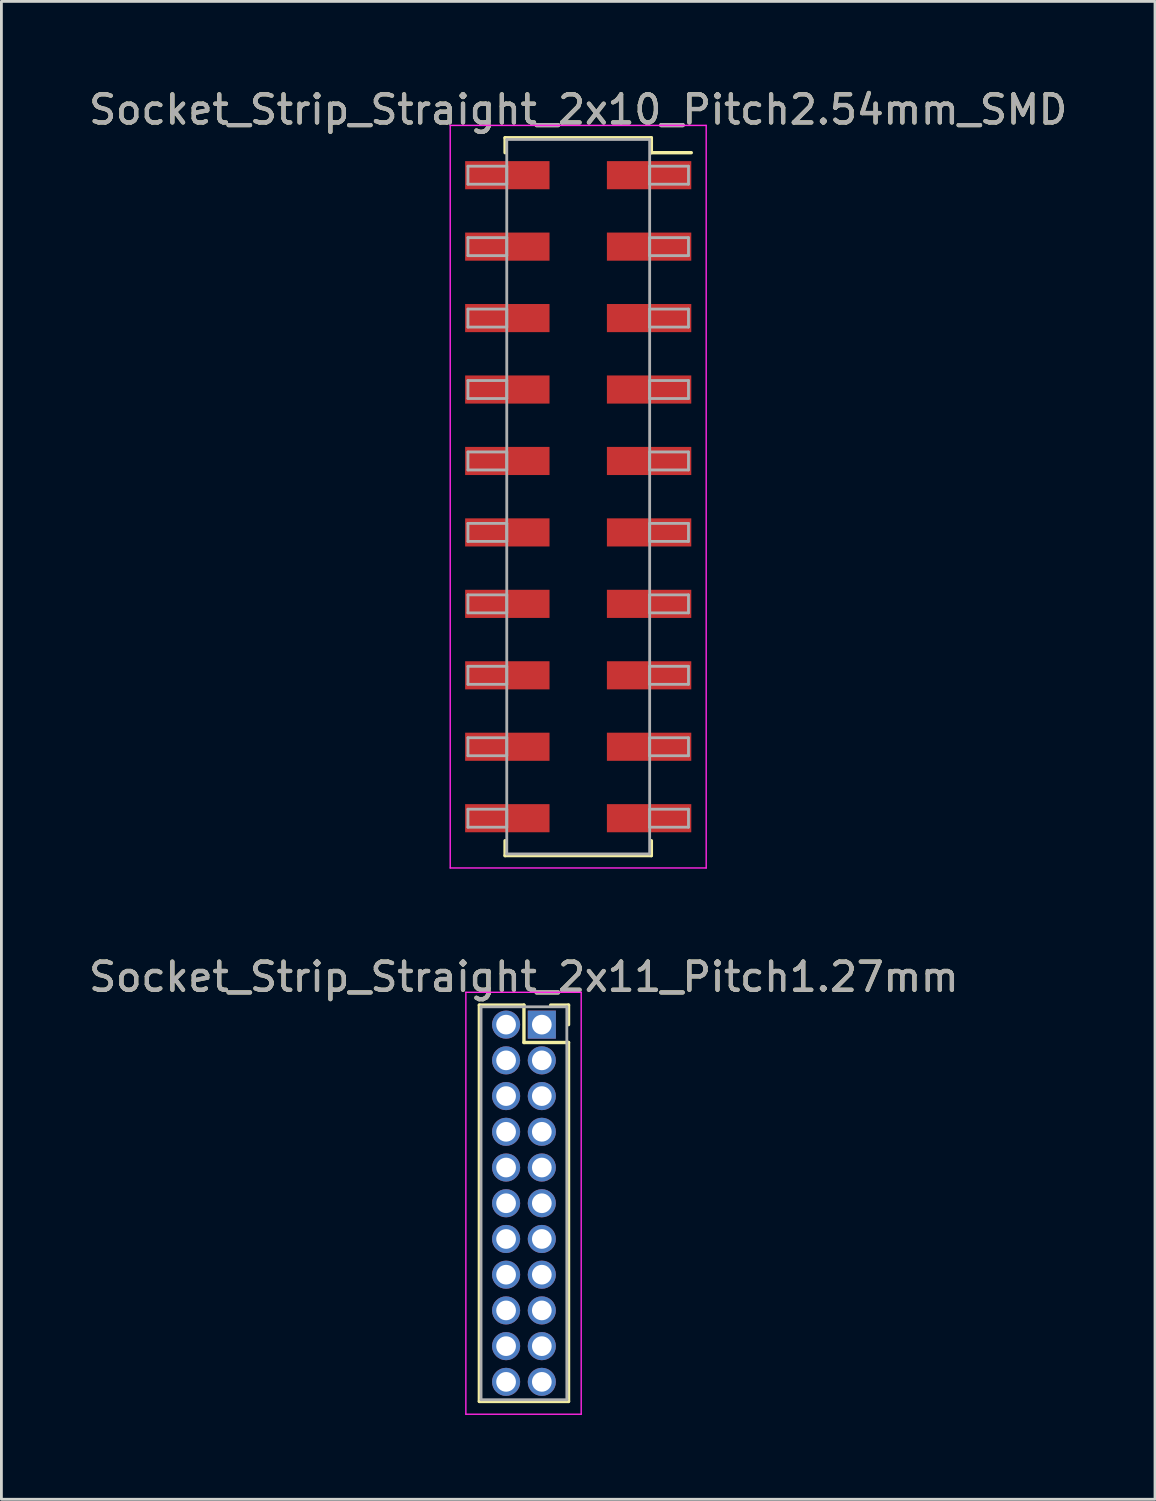
<source format=kicad_pcb>
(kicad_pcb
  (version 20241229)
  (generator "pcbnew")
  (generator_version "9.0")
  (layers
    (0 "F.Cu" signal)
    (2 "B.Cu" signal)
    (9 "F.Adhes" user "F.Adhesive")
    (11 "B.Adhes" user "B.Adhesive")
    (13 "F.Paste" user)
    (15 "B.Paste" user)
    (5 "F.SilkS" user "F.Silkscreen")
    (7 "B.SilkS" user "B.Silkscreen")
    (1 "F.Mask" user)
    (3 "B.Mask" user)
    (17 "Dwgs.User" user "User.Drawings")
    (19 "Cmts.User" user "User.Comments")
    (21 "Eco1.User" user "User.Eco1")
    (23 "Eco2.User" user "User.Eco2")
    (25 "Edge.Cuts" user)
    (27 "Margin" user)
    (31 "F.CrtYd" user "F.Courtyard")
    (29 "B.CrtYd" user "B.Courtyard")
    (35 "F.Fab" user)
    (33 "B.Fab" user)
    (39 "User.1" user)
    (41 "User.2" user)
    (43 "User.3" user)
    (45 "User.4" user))
  (footprint "Socket_Strip_Straight_2x10_Pitch2.54mm_SMD"
    (layer "F.Cu")
    (at 17.506 14.608)
    (property "Reference" "Socket_Strip_Straight_2x10_Pitch2.54mm_SMD" (at 0 -13.76 0) (layer "F.SilkS") (effects (font (size 1 1) (thickness 0.15))))
    (attr smd)
    (fp_line (start -2.6 -12.76) (end 2.6 -12.76) (stroke (width 0.12) (type solid)) (layer "F.SilkS"))
    (fp_line (start -2.6 -12.23) (end -2.6 -12.76) (stroke (width 0.12) (type solid)) (layer "F.SilkS"))
    (fp_line (start -2.6 12.23) (end -2.6 12.76) (stroke (width 0.12) (type solid)) (layer "F.SilkS"))
    (fp_line (start -2.6 12.76) (end 2.6 12.76) (stroke (width 0.12) (type solid)) (layer "F.SilkS"))
    (fp_line (start 2.6 -12.76) (end 2.6 -12.23) (stroke (width 0.12) (type solid)) (layer "F.SilkS"))
    (fp_line (start 2.6 12.76) (end 2.6 12.23) (stroke (width 0.12) (type solid)) (layer "F.SilkS"))
    (fp_line (start 4.02 -12.23) (end 2.6 -12.23) (stroke (width 0.12) (type solid)) (layer "F.SilkS"))
    (fp_line (start -4.55 -13.2) (end -4.55 13.2) (stroke (width 0.05) (type solid)) (layer "F.CrtYd"))
    (fp_line (start -4.55 13.2) (end 4.55 13.2) (stroke (width 0.05) (type solid)) (layer "F.CrtYd"))
    (fp_line (start 4.55 -13.2) (end -4.55 -13.2) (stroke (width 0.05) (type solid)) (layer "F.CrtYd"))
    (fp_line (start 4.55 13.2) (end 4.55 -13.2) (stroke (width 0.05) (type solid)) (layer "F.CrtYd"))
    (fp_line (start -3.92 -11.75) (end -2.54 -11.75) (stroke (width 0.1) (type solid)) (layer "F.Fab"))
    (fp_line (start -3.92 -11.11) (end -3.92 -11.75) (stroke (width 0.1) (type solid)) (layer "F.Fab"))
    (fp_line (start -3.92 -9.21) (end -2.54 -9.21) (stroke (width 0.1) (type solid)) (layer "F.Fab"))
    (fp_line (start -3.92 -8.57) (end -3.92 -9.21) (stroke (width 0.1) (type solid)) (layer "F.Fab"))
    (fp_line (start -3.92 -6.67) (end -2.54 -6.67) (stroke (width 0.1) (type solid)) (layer "F.Fab"))
    (fp_line (start -3.92 -6.03) (end -3.92 -6.67) (stroke (width 0.1) (type solid)) (layer "F.Fab"))
    (fp_line (start -3.92 -4.13) (end -2.54 -4.13) (stroke (width 0.1) (type solid)) (layer "F.Fab"))
    (fp_line (start -3.92 -3.49) (end -3.92 -4.13) (stroke (width 0.1) (type solid)) (layer "F.Fab"))
    (fp_line (start -3.92 -1.59) (end -2.54 -1.59) (stroke (width 0.1) (type solid)) (layer "F.Fab"))
    (fp_line (start -3.92 -0.95) (end -3.92 -1.59) (stroke (width 0.1) (type solid)) (layer "F.Fab"))
    (fp_line (start -3.92 0.95) (end -2.54 0.95) (stroke (width 0.1) (type solid)) (layer "F.Fab"))
    (fp_line (start -3.92 1.59) (end -3.92 0.95) (stroke (width 0.1) (type solid)) (layer "F.Fab"))
    (fp_line (start -3.92 3.49) (end -2.54 3.49) (stroke (width 0.1) (type solid)) (layer "F.Fab"))
    (fp_line (start -3.92 4.13) (end -3.92 3.49) (stroke (width 0.1) (type solid)) (layer "F.Fab"))
    (fp_line (start -3.92 6.03) (end -2.54 6.03) (stroke (width 0.1) (type solid)) (layer "F.Fab"))
    (fp_line (start -3.92 6.67) (end -3.92 6.03) (stroke (width 0.1) (type solid)) (layer "F.Fab"))
    (fp_line (start -3.92 8.57) (end -2.54 8.57) (stroke (width 0.1) (type solid)) (layer "F.Fab"))
    (fp_line (start -3.92 9.21) (end -3.92 8.57) (stroke (width 0.1) (type solid)) (layer "F.Fab"))
    (fp_line (start -3.92 11.11) (end -2.54 11.11) (stroke (width 0.1) (type solid)) (layer "F.Fab"))
    (fp_line (start -3.92 11.75) (end -3.92 11.11) (stroke (width 0.1) (type solid)) (layer "F.Fab"))
    (fp_line (start -2.54 -12.7) (end -2.54 12.7) (stroke (width 0.1) (type solid)) (layer "F.Fab"))
    (fp_line (start -2.54 -11.75) (end -2.54 -11.11) (stroke (width 0.1) (type solid)) (layer "F.Fab"))
    (fp_line (start -2.54 -11.11) (end -3.92 -11.11) (stroke (width 0.1) (type solid)) (layer "F.Fab"))
    (fp_line (start -2.54 -9.21) (end -2.54 -8.57) (stroke (width 0.1) (type solid)) (layer "F.Fab"))
    (fp_line (start -2.54 -8.57) (end -3.92 -8.57) (stroke (width 0.1) (type solid)) (layer "F.Fab"))
    (fp_line (start -2.54 -6.67) (end -2.54 -6.03) (stroke (width 0.1) (type solid)) (layer "F.Fab"))
    (fp_line (start -2.54 -6.03) (end -3.92 -6.03) (stroke (width 0.1) (type solid)) (layer "F.Fab"))
    (fp_line (start -2.54 -4.13) (end -2.54 -3.49) (stroke (width 0.1) (type solid)) (layer "F.Fab"))
    (fp_line (start -2.54 -3.49) (end -3.92 -3.49) (stroke (width 0.1) (type solid)) (layer "F.Fab"))
    (fp_line (start -2.54 -1.59) (end -2.54 -0.95) (stroke (width 0.1) (type solid)) (layer "F.Fab"))
    (fp_line (start -2.54 -0.95) (end -3.92 -0.95) (stroke (width 0.1) (type solid)) (layer "F.Fab"))
    (fp_line (start -2.54 0.95) (end -2.54 1.59) (stroke (width 0.1) (type solid)) (layer "F.Fab"))
    (fp_line (start -2.54 1.59) (end -3.92 1.59) (stroke (width 0.1) (type solid)) (layer "F.Fab"))
    (fp_line (start -2.54 3.49) (end -2.54 4.13) (stroke (width 0.1) (type solid)) (layer "F.Fab"))
    (fp_line (start -2.54 4.13) (end -3.92 4.13) (stroke (width 0.1) (type solid)) (layer "F.Fab"))
    (fp_line (start -2.54 6.03) (end -2.54 6.67) (stroke (width 0.1) (type solid)) (layer "F.Fab"))
    (fp_line (start -2.54 6.67) (end -3.92 6.67) (stroke (width 0.1) (type solid)) (layer "F.Fab"))
    (fp_line (start -2.54 8.57) (end -2.54 9.21) (stroke (width 0.1) (type solid)) (layer "F.Fab"))
    (fp_line (start -2.54 9.21) (end -3.92 9.21) (stroke (width 0.1) (type solid)) (layer "F.Fab"))
    (fp_line (start -2.54 11.11) (end -2.54 11.75) (stroke (width 0.1) (type solid)) (layer "F.Fab"))
    (fp_line (start -2.54 11.75) (end -3.92 11.75) (stroke (width 0.1) (type solid)) (layer "F.Fab"))
    (fp_line (start -2.54 12.7) (end 2.54 12.7) (stroke (width 0.1) (type solid)) (layer "F.Fab"))
    (fp_line (start 2.54 -12.7) (end -2.54 -12.7) (stroke (width 0.1) (type solid)) (layer "F.Fab"))
    (fp_line (start 2.54 -11.75) (end 2.54 -11.11) (stroke (width 0.1) (type solid)) (layer "F.Fab"))
    (fp_line (start 2.54 -11.11) (end 3.92 -11.11) (stroke (width 0.1) (type solid)) (layer "F.Fab"))
    (fp_line (start 2.54 -9.21) (end 2.54 -8.57) (stroke (width 0.1) (type solid)) (layer "F.Fab"))
    (fp_line (start 2.54 -8.57) (end 3.92 -8.57) (stroke (width 0.1) (type solid)) (layer "F.Fab"))
    (fp_line (start 2.54 -6.67) (end 2.54 -6.03) (stroke (width 0.1) (type solid)) (layer "F.Fab"))
    (fp_line (start 2.54 -6.03) (end 3.92 -6.03) (stroke (width 0.1) (type solid)) (layer "F.Fab"))
    (fp_line (start 2.54 -4.13) (end 2.54 -3.49) (stroke (width 0.1) (type solid)) (layer "F.Fab"))
    (fp_line (start 2.54 -3.49) (end 3.92 -3.49) (stroke (width 0.1) (type solid)) (layer "F.Fab"))
    (fp_line (start 2.54 -1.59) (end 2.54 -0.95) (stroke (width 0.1) (type solid)) (layer "F.Fab"))
    (fp_line (start 2.54 -0.95) (end 3.92 -0.95) (stroke (width 0.1) (type solid)) (layer "F.Fab"))
    (fp_line (start 2.54 0.95) (end 2.54 1.59) (stroke (width 0.1) (type solid)) (layer "F.Fab"))
    (fp_line (start 2.54 1.59) (end 3.92 1.59) (stroke (width 0.1) (type solid)) (layer "F.Fab"))
    (fp_line (start 2.54 3.49) (end 2.54 4.13) (stroke (width 0.1) (type solid)) (layer "F.Fab"))
    (fp_line (start 2.54 4.13) (end 3.92 4.13) (stroke (width 0.1) (type solid)) (layer "F.Fab"))
    (fp_line (start 2.54 6.03) (end 2.54 6.67) (stroke (width 0.1) (type solid)) (layer "F.Fab"))
    (fp_line (start 2.54 6.67) (end 3.92 6.67) (stroke (width 0.1) (type solid)) (layer "F.Fab"))
    (fp_line (start 2.54 8.57) (end 2.54 9.21) (stroke (width 0.1) (type solid)) (layer "F.Fab"))
    (fp_line (start 2.54 9.21) (end 3.92 9.21) (stroke (width 0.1) (type solid)) (layer "F.Fab"))
    (fp_line (start 2.54 11.11) (end 2.54 11.75) (stroke (width 0.1) (type solid)) (layer "F.Fab"))
    (fp_line (start 2.54 11.75) (end 3.92 11.75) (stroke (width 0.1) (type solid)) (layer "F.Fab"))
    (fp_line (start 2.54 12.7) (end 2.54 -12.7) (stroke (width 0.1) (type solid)) (layer "F.Fab"))
    (fp_line (start 3.92 -11.75) (end 2.54 -11.75) (stroke (width 0.1) (type solid)) (layer "F.Fab"))
    (fp_line (start 3.92 -11.11) (end 3.92 -11.75) (stroke (width 0.1) (type solid)) (layer "F.Fab"))
    (fp_line (start 3.92 -9.21) (end 2.54 -9.21) (stroke (width 0.1) (type solid)) (layer "F.Fab"))
    (fp_line (start 3.92 -8.57) (end 3.92 -9.21) (stroke (width 0.1) (type solid)) (layer "F.Fab"))
    (fp_line (start 3.92 -6.67) (end 2.54 -6.67) (stroke (width 0.1) (type solid)) (layer "F.Fab"))
    (fp_line (start 3.92 -6.03) (end 3.92 -6.67) (stroke (width 0.1) (type solid)) (layer "F.Fab"))
    (fp_line (start 3.92 -4.13) (end 2.54 -4.13) (stroke (width 0.1) (type solid)) (layer "F.Fab"))
    (fp_line (start 3.92 -3.49) (end 3.92 -4.13) (stroke (width 0.1) (type solid)) (layer "F.Fab"))
    (fp_line (start 3.92 -1.59) (end 2.54 -1.59) (stroke (width 0.1) (type solid)) (layer "F.Fab"))
    (fp_line (start 3.92 -0.95) (end 3.92 -1.59) (stroke (width 0.1) (type solid)) (layer "F.Fab"))
    (fp_line (start 3.92 0.95) (end 2.54 0.95) (stroke (width 0.1) (type solid)) (layer "F.Fab"))
    (fp_line (start 3.92 1.59) (end 3.92 0.95) (stroke (width 0.1) (type solid)) (layer "F.Fab"))
    (fp_line (start 3.92 3.49) (end 2.54 3.49) (stroke (width 0.1) (type solid)) (layer "F.Fab"))
    (fp_line (start 3.92 4.13) (end 3.92 3.49) (stroke (width 0.1) (type solid)) (layer "F.Fab"))
    (fp_line (start 3.92 6.03) (end 2.54 6.03) (stroke (width 0.1) (type solid)) (layer "F.Fab"))
    (fp_line (start 3.92 6.67) (end 3.92 6.03) (stroke (width 0.1) (type solid)) (layer "F.Fab"))
    (fp_line (start 3.92 8.57) (end 2.54 8.57) (stroke (width 0.1) (type solid)) (layer "F.Fab"))
    (fp_line (start 3.92 9.21) (end 3.92 8.57) (stroke (width 0.1) (type solid)) (layer "F.Fab"))
    (fp_line (start 3.92 11.11) (end 2.54 11.11) (stroke (width 0.1) (type solid)) (layer "F.Fab"))
    (fp_line (start 3.92 11.75) (end 3.92 11.11) (stroke (width 0.1) (type solid)) (layer "F.Fab"))
    (fp_text user "${REFERENCE}" (at 0 -13.76 0) (layer "F.Fab") (effects (font (size 1 1) (thickness 0.15))))
    (pad "1" smd rect (at 2.52 -11.43) (size 3 1) (layers "F.Cu" "F.Mask" "F.Paste"))
    (pad "2" smd rect (at -2.52 -11.43) (size 3 1) (layers "F.Cu" "F.Mask" "F.Paste"))
    (pad "3" smd rect (at 2.52 -8.89) (size 3 1) (layers "F.Cu" "F.Mask" "F.Paste"))
    (pad "4" smd rect (at -2.52 -8.89) (size 3 1) (layers "F.Cu" "F.Mask" "F.Paste"))
    (pad "5" smd rect (at 2.52 -6.35) (size 3 1) (layers "F.Cu" "F.Mask" "F.Paste"))
    (pad "6" smd rect (at -2.52 -6.35) (size 3 1) (layers "F.Cu" "F.Mask" "F.Paste"))
    (pad "7" smd rect (at 2.52 -3.81) (size 3 1) (layers "F.Cu" "F.Mask" "F.Paste"))
    (pad "8" smd rect (at -2.52 -3.81) (size 3 1) (layers "F.Cu" "F.Mask" "F.Paste"))
    (pad "9" smd rect (at 2.52 -1.27) (size 3 1) (layers "F.Cu" "F.Mask" "F.Paste"))
    (pad "10" smd rect (at -2.52 -1.27) (size 3 1) (layers "F.Cu" "F.Mask" "F.Paste"))
    (pad "11" smd rect (at 2.52 1.27) (size 3 1) (layers "F.Cu" "F.Mask" "F.Paste"))
    (pad "12" smd rect (at -2.52 1.27) (size 3 1) (layers "F.Cu" "F.Mask" "F.Paste"))
    (pad "13" smd rect (at 2.52 3.81) (size 3 1) (layers "F.Cu" "F.Mask" "F.Paste"))
    (pad "14" smd rect (at -2.52 3.81) (size 3 1) (layers "F.Cu" "F.Mask" "F.Paste"))
    (pad "15" smd rect (at 2.52 6.35) (size 3 1) (layers "F.Cu" "F.Mask" "F.Paste"))
    (pad "16" smd rect (at -2.52 6.35) (size 3 1) (layers "F.Cu" "F.Mask" "F.Paste"))
    (pad "17" smd rect (at 2.52 8.89) (size 3 1) (layers "F.Cu" "F.Mask" "F.Paste"))
    (pad "18" smd rect (at -2.52 8.89) (size 3 1) (layers "F.Cu" "F.Mask" "F.Paste"))
    (pad "19" smd rect (at 2.52 11.43) (size 3 1) (layers "F.Cu" "F.Mask" "F.Paste"))
    (pad "20" smd rect (at -2.52 11.43) (size 3 1) (layers "F.Cu" "F.Mask" "F.Paste")))
  (footprint "Socket_Strip_Straight_2x11_Pitch1.27mm"
    (layer "F.Cu")
    (at 16.212 33.377)
    (property "Reference" "Socket_Strip_Straight_2x11_Pitch1.27mm" (at -0.635 -1.695 0) (layer "F.SilkS") (effects (font (size 1 1) (thickness 0.15))))
    (attr through_hole)
    (fp_line (start -2.22 -0.695) (end -0.635 -0.695) (stroke (width 0.12) (type solid)) (layer "F.SilkS"))
    (fp_line (start -2.22 13.395) (end -2.22 -0.695) (stroke (width 0.12) (type solid)) (layer "F.SilkS"))
    (fp_line (start -0.635 -0.695) (end -0.635 0.635) (stroke (width 0.12) (type solid)) (layer "F.SilkS"))
    (fp_line (start -0.635 0.635) (end 0.95 0.635) (stroke (width 0.12) (type solid)) (layer "F.SilkS"))
    (fp_line (start 0.95 -0.695) (end 0.315 -0.695) (stroke (width 0.12) (type solid)) (layer "F.SilkS"))
    (fp_line (start 0.95 0) (end 0.95 -0.695) (stroke (width 0.12) (type solid)) (layer "F.SilkS"))
    (fp_line (start 0.95 0.635) (end 0.95 13.395) (stroke (width 0.12) (type solid)) (layer "F.SilkS"))
    (fp_line (start 0.95 13.395) (end -2.22 13.395) (stroke (width 0.12) (type solid)) (layer "F.SilkS"))
    (fp_line (start -2.7 -1.15) (end -2.7 13.85) (stroke (width 0.05) (type solid)) (layer "F.CrtYd"))
    (fp_line (start -2.7 13.85) (end 1.4 13.85) (stroke (width 0.05) (type solid)) (layer "F.CrtYd"))
    (fp_line (start 1.4 -1.15) (end -2.7 -1.15) (stroke (width 0.05) (type solid)) (layer "F.CrtYd"))
    (fp_line (start 1.4 13.85) (end 1.4 -1.15) (stroke (width 0.05) (type solid)) (layer "F.CrtYd"))
    (fp_line (start -2.16 -0.635) (end -2.16 13.335) (stroke (width 0.1) (type solid)) (layer "F.Fab"))
    (fp_line (start -2.16 13.335) (end 0.89 13.335) (stroke (width 0.1) (type solid)) (layer "F.Fab"))
    (fp_line (start 0.89 -0.635) (end -2.16 -0.635) (stroke (width 0.1) (type solid)) (layer "F.Fab"))
    (fp_line (start 0.89 13.335) (end 0.89 -0.635) (stroke (width 0.1) (type solid)) (layer "F.Fab"))
    (fp_text user "${REFERENCE}" (at -0.635 -1.695 0) (layer "F.Fab") (effects (font (size 1 1) (thickness 0.15))))
    (pad "1" thru_hole rect (at 0 0) (size 1 1) (drill 0.7) (layers "*.Cu" "*.Mask"))
    (pad "2" thru_hole oval (at -1.27 0) (size 1 1) (drill 0.7) (layers "*.Cu" "*.Mask"))
    (pad "3" thru_hole oval (at 0 1.27) (size 1 1) (drill 0.7) (layers "*.Cu" "*.Mask"))
    (pad "4" thru_hole oval (at -1.27 1.27) (size 1 1) (drill 0.7) (layers "*.Cu" "*.Mask"))
    (pad "5" thru_hole oval (at 0 2.54) (size 1 1) (drill 0.7) (layers "*.Cu" "*.Mask"))
    (pad "6" thru_hole oval (at -1.27 2.54) (size 1 1) (drill 0.7) (layers "*.Cu" "*.Mask"))
    (pad "7" thru_hole oval (at 0 3.81) (size 1 1) (drill 0.7) (layers "*.Cu" "*.Mask"))
    (pad "8" thru_hole oval (at -1.27 3.81) (size 1 1) (drill 0.7) (layers "*.Cu" "*.Mask"))
    (pad "9" thru_hole oval (at 0 5.08) (size 1 1) (drill 0.7) (layers "*.Cu" "*.Mask"))
    (pad "10" thru_hole oval (at -1.27 5.08) (size 1 1) (drill 0.7) (layers "*.Cu" "*.Mask"))
    (pad "11" thru_hole oval (at 0 6.35) (size 1 1) (drill 0.7) (layers "*.Cu" "*.Mask"))
    (pad "12" thru_hole oval (at -1.27 6.35) (size 1 1) (drill 0.7) (layers "*.Cu" "*.Mask"))
    (pad "13" thru_hole oval (at 0 7.62) (size 1 1) (drill 0.7) (layers "*.Cu" "*.Mask"))
    (pad "14" thru_hole oval (at -1.27 7.62) (size 1 1) (drill 0.7) (layers "*.Cu" "*.Mask"))
    (pad "15" thru_hole oval (at 0 8.89) (size 1 1) (drill 0.7) (layers "*.Cu" "*.Mask"))
    (pad "16" thru_hole oval (at -1.27 8.89) (size 1 1) (drill 0.7) (layers "*.Cu" "*.Mask"))
    (pad "17" thru_hole oval (at 0 10.16) (size 1 1) (drill 0.7) (layers "*.Cu" "*.Mask"))
    (pad "18" thru_hole oval (at -1.27 10.16) (size 1 1) (drill 0.7) (layers "*.Cu" "*.Mask"))
    (pad "19" thru_hole oval (at 0 11.43) (size 1 1) (drill 0.7) (layers "*.Cu" "*.Mask"))
    (pad "20" thru_hole oval (at -1.27 11.43) (size 1 1) (drill 0.7) (layers "*.Cu" "*.Mask"))
    (pad "21" thru_hole oval (at 0 12.7) (size 1 1) (drill 0.7) (layers "*.Cu" "*.Mask"))
    (pad "22" thru_hole oval (at -1.27 12.7) (size 1 1) (drill 0.7) (layers "*.Cu" "*.Mask")))
  (gr_rect
    (start -3 -3)
    (end 38.012 50.252)
    (stroke (width 0.1) (type default))
    (fill no)
    (layer "Edge.Cuts")))
</source>
